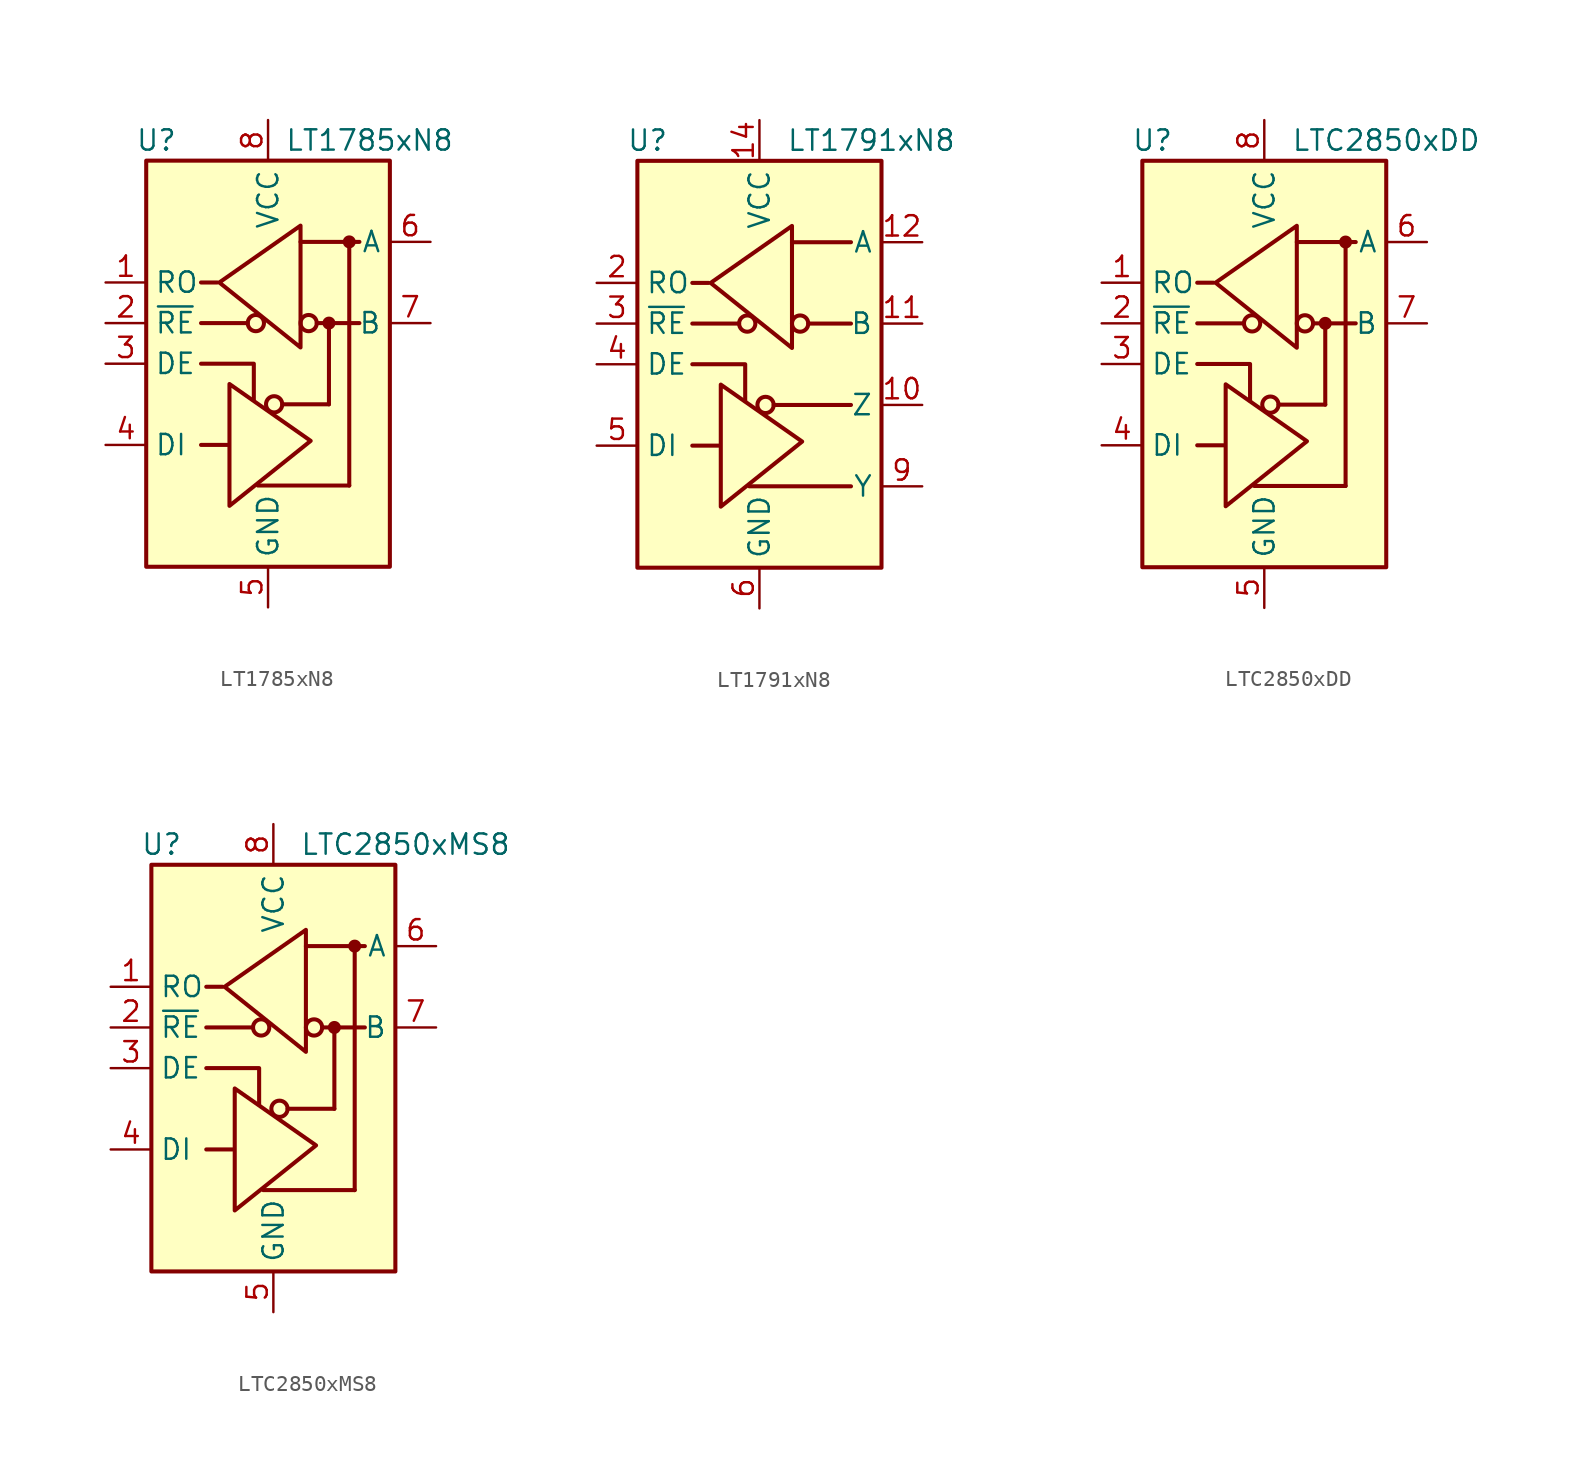
<source format=kicad_sym>
(kicad_symbol_lib
  (version 20220914)
  (generator kicad_symbol_editor)
  (symbol "LT1785xN8"
    (property "Reference" "U"
      (at -6.985 13.97 0)
      (effects (font (size 1.27 1.27))))
    (property "Value" "LT1785xN8"
      (at 6.35 13.97 0)
      (effects (font (size 1.27 1.27))))
    (symbol "LT1785xN8_0_1"
      (rectangle (start -7.62 12.7) (end 7.62 -12.7) (stroke (width 0.254) (type default)) (fill (type background))))
    (symbol "LT1785xN8_1_1"
      (circle (center -0.762 2.54) (radius 0.508) (stroke (width 0.254) (type default)) (fill (type none)))
      (polyline (pts (xy -4.191 2.54) (xy -1.27 2.54)) (stroke (width 0.254) (type default)) (fill (type none)))
      (polyline (pts (xy -2.54 -5.08) (xy -4.191 -5.08)) (stroke (width 0.254) (type default)) (fill (type none)))
      (polyline (pts (xy -0.635 -7.62) (xy 5.08 -7.62)) (stroke (width 0.254) (type default)) (fill (type none)))
      (polyline (pts (xy 0.889 -2.54) (xy 3.81 -2.54)) (stroke (width 0.254) (type default)) (fill (type none)))
      (polyline (pts (xy 2.032 7.62) (xy 5.715 7.62)) (stroke (width 0.254) (type default)) (fill (type none)))
      (polyline (pts (xy 3.048 2.54) (xy 5.715 2.54)) (stroke (width 0.254) (type default)) (fill (type none)))
      (polyline (pts (xy 3.81 -2.54) (xy 3.81 2.54)) (stroke (width 0.254) (type default)) (fill (type none)))
      (polyline (pts (xy 5.08 -7.62) (xy 5.08 7.62)) (stroke (width 0.254) (type default)) (fill (type none)))
      (polyline (pts (xy -4.191 0) (xy -0.889 0) (xy -0.889 -2.286)) (stroke (width 0.254) (type default)) (fill (type none)))
      (polyline (pts (xy -3.175 5.08) (xy -4.191 5.08) (xy -4.064 5.08)) (stroke (width 0.254) (type default)) (fill (type none)))
      (polyline (pts (xy -2.413 -5.08) (xy -2.413 -1.27) (xy 2.667 -4.826) (xy -2.413 -8.89) (xy -2.413 -5.08)) (stroke (width 0.254) (type default)) (fill (type none)))
      (polyline (pts (xy 2.032 4.826) (xy 2.032 8.636) (xy -3.048 5.08) (xy 2.032 1.016) (xy 2.032 4.826)) (stroke (width 0.254) (type default)) (fill (type none)))
      (circle (center 0.381 -2.54) (radius 0.508) (stroke (width 0.254) (type default)) (fill (type none)))
      (circle (center 2.54 2.54) (radius 0.508) (stroke (width 0.254) (type default)) (fill (type none)))
      (circle (center 3.81 2.54) (radius 0.279) (stroke (width 0.254) (type default)) (fill (type outline)))
      (circle (center 5.08 7.62) (radius 0.279) (stroke (width 0.254) (type default)) (fill (type outline)))
      (pin output line (at -10.16 5.08 0) (length 2.54) (name "RO" (effects (font (size 1.27 1.27)))) (number "1" (effects (font (size 1.27 1.27)))))
      (pin input line (at -10.16 2.54 0) (length 2.54) (name "~{RE}" (effects (font (size 1.27 1.27)))) (number "2" (effects (font (size 1.27 1.27)))))
      (pin input line (at -10.16 0 0) (length 2.54) (name "DE" (effects (font (size 1.27 1.27)))) (number "3" (effects (font (size 1.27 1.27)))))
      (pin input line (at -10.16 -5.08 0) (length 2.54) (name "DI" (effects (font (size 1.27 1.27)))) (number "4" (effects (font (size 1.27 1.27)))))
      (pin power_in line (at 0 -15.24 90) (length 2.54) (name "GND" (effects (font (size 1.27 1.27)))) (number "5" (effects (font (size 1.27 1.27)))))
      (pin bidirectional line (at 10.16 7.62 180) (length 2.54) (name "A" (effects (font (size 1.27 1.27)))) (number "6" (effects (font (size 1.27 1.27)))))
      (pin bidirectional line (at 10.16 2.54 180) (length 2.54) (name "B" (effects (font (size 1.27 1.27)))) (number "7" (effects (font (size 1.27 1.27)))))
      (pin power_in line (at 0 15.24 270) (length 2.54) (name "VCC" (effects (font (size 1.27 1.27)))) (number "8" (effects (font (size 1.27 1.27)))))))
  (symbol "LT1791xN8"
    (property "Reference" "U"
      (at -6.985 13.97 0)
      (effects (font (size 1.27 1.27))))
    (property "Value" "LT1791xN8"
      (at 6.985 13.97 0)
      (effects (font (size 1.27 1.27))))
    (symbol "LT1791xN8_0_1"
      (rectangle (start -7.62 12.7) (end 7.62 -12.7) (stroke (width 0.254) (type default)) (fill (type background))))
    (symbol "LT1791xN8_1_1"
      (circle (center -0.762 2.54) (radius 0.508) (stroke (width 0.254) (type default)) (fill (type none)))
      (polyline (pts (xy -4.191 2.54) (xy -1.27 2.54)) (stroke (width 0.254) (type default)) (fill (type none)))
      (polyline (pts (xy -2.54 -5.08) (xy -4.191 -5.08)) (stroke (width 0.254) (type default)) (fill (type none)))
      (polyline (pts (xy -0.635 -7.62) (xy 5.715 -7.62)) (stroke (width 0.254) (type default)) (fill (type none)))
      (polyline (pts (xy 0.889 -2.54) (xy 5.715 -2.54)) (stroke (width 0.254) (type default)) (fill (type none)))
      (polyline (pts (xy 2.032 7.62) (xy 5.715 7.62)) (stroke (width 0.254) (type default)) (fill (type none)))
      (polyline (pts (xy 3.048 2.54) (xy 5.715 2.54)) (stroke (width 0.254) (type default)) (fill (type none)))
      (polyline (pts (xy -4.191 0) (xy -0.889 0) (xy -0.889 -2.286)) (stroke (width 0.254) (type default)) (fill (type none)))
      (polyline (pts (xy -3.175 5.08) (xy -4.191 5.08) (xy -4.064 5.08)) (stroke (width 0.254) (type default)) (fill (type none)))
      (polyline (pts (xy -2.413 -5.08) (xy -2.413 -1.27) (xy 2.667 -4.826) (xy -2.413 -8.89) (xy -2.413 -5.08)) (stroke (width 0.254) (type default)) (fill (type none)))
      (polyline (pts (xy 2.032 4.826) (xy 2.032 8.636) (xy -3.048 5.08) (xy 2.032 1.016) (xy 2.032 4.826)) (stroke (width 0.254) (type default)) (fill (type none)))
      (circle (center 0.381 -2.54) (radius 0.508) (stroke (width 0.254) (type default)) (fill (type none)))
      (circle (center 2.54 2.54) (radius 0.508) (stroke (width 0.254) (type default)) (fill (type none)))
      (pin no_connect line (at -7.62 -10.16 0) (length 2.54) hide (name "NC" (effects (font (size 1.27 1.27)))) (number "1" (effects (font (size 1.27 1.27)))))
      (pin output line (at 10.16 -2.54 180) (length 2.54) (name "Z" (effects (font (size 1.27 1.27)))) (number "10" (effects (font (size 1.27 1.27)))))
      (pin input line (at 10.16 2.54 180) (length 2.54) (name "B" (effects (font (size 1.27 1.27)))) (number "11" (effects (font (size 1.27 1.27)))))
      (pin input line (at 10.16 7.62 180) (length 2.54) (name "A" (effects (font (size 1.27 1.27)))) (number "12" (effects (font (size 1.27 1.27)))))
      (pin no_connect line (at -7.62 7.62 0) (length 2.54) hide (name "NC" (effects (font (size 1.27 1.27)))) (number "13" (effects (font (size 1.27 1.27)))))
      (pin power_in line (at 0 15.24 270) (length 2.54) (name "VCC" (effects (font (size 1.27 1.27)))) (number "14" (effects (font (size 1.27 1.27)))))
      (pin output line (at -10.16 5.08 0) (length 2.54) (name "RO" (effects (font (size 1.27 1.27)))) (number "2" (effects (font (size 1.27 1.27)))))
      (pin input line (at -10.16 2.54 0) (length 2.54) (name "~{RE}" (effects (font (size 1.27 1.27)))) (number "3" (effects (font (size 1.27 1.27)))))
      (pin input line (at -10.16 0 0) (length 2.54) (name "DE" (effects (font (size 1.27 1.27)))) (number "4" (effects (font (size 1.27 1.27)))))
      (pin input line (at -10.16 -5.08 0) (length 2.54) (name "DI" (effects (font (size 1.27 1.27)))) (number "5" (effects (font (size 1.27 1.27)))))
      (pin power_in line (at 0 -15.24 90) (length 2.54) (name "GND" (effects (font (size 1.27 1.27)))) (number "6" (effects (font (size 1.27 1.27)))))
      (pin passive line (at 0 -15.24 90) (length 2.54) hide (name "GND" (effects (font (size 1.27 1.27)))) (number "7" (effects (font (size 1.27 1.27)))))
      (pin no_connect line (at -7.62 -7.62 0) (length 2.54) hide (name "NC" (effects (font (size 1.27 1.27)))) (number "8" (effects (font (size 1.27 1.27)))))
      (pin output line (at 10.16 -7.62 180) (length 2.54) (name "Y" (effects (font (size 1.27 1.27)))) (number "9" (effects (font (size 1.27 1.27)))))))
  (symbol "LTC2850xDD"
    (property "Reference" "U"
      (at -6.985 13.97 0)
      (effects (font (size 1.27 1.27))))
    (property "Value" "LTC2850xDD"
      (at 7.62 13.97 0)
      (effects (font (size 1.27 1.27))))
    (symbol "LTC2850xDD_0_1"
      (rectangle (start -7.62 12.7) (end 7.62 -12.7) (stroke (width 0.254) (type default)) (fill (type background))))
    (symbol "LTC2850xDD_1_1"
      (circle (center -0.762 2.54) (radius 0.508) (stroke (width 0.254) (type default)) (fill (type none)))
      (polyline (pts (xy -4.191 2.54) (xy -1.27 2.54)) (stroke (width 0.254) (type default)) (fill (type none)))
      (polyline (pts (xy -2.54 -5.08) (xy -4.191 -5.08)) (stroke (width 0.254) (type default)) (fill (type none)))
      (polyline (pts (xy -0.635 -7.62) (xy 5.08 -7.62)) (stroke (width 0.254) (type default)) (fill (type none)))
      (polyline (pts (xy 0.889 -2.54) (xy 3.81 -2.54)) (stroke (width 0.254) (type default)) (fill (type none)))
      (polyline (pts (xy 2.032 7.62) (xy 5.715 7.62)) (stroke (width 0.254) (type default)) (fill (type none)))
      (polyline (pts (xy 3.048 2.54) (xy 5.715 2.54)) (stroke (width 0.254) (type default)) (fill (type none)))
      (polyline (pts (xy 3.81 -2.54) (xy 3.81 2.54)) (stroke (width 0.254) (type default)) (fill (type none)))
      (polyline (pts (xy 5.08 -7.62) (xy 5.08 7.62)) (stroke (width 0.254) (type default)) (fill (type none)))
      (polyline (pts (xy -4.191 0) (xy -0.889 0) (xy -0.889 -2.286)) (stroke (width 0.254) (type default)) (fill (type none)))
      (polyline (pts (xy -3.175 5.08) (xy -4.191 5.08) (xy -4.064 5.08)) (stroke (width 0.254) (type default)) (fill (type none)))
      (polyline (pts (xy -2.413 -5.08) (xy -2.413 -1.27) (xy 2.667 -4.826) (xy -2.413 -8.89) (xy -2.413 -5.08)) (stroke (width 0.254) (type default)) (fill (type none)))
      (polyline (pts (xy 2.032 4.826) (xy 2.032 8.636) (xy -3.048 5.08) (xy 2.032 1.016) (xy 2.032 4.826)) (stroke (width 0.254) (type default)) (fill (type none)))
      (circle (center 0.381 -2.54) (radius 0.508) (stroke (width 0.254) (type default)) (fill (type none)))
      (circle (center 2.54 2.54) (radius 0.508) (stroke (width 0.254) (type default)) (fill (type none)))
      (circle (center 3.81 2.54) (radius 0.279) (stroke (width 0.254) (type default)) (fill (type outline)))
      (circle (center 5.08 7.62) (radius 0.279) (stroke (width 0.254) (type default)) (fill (type outline)))
      (pin output line (at -10.16 5.08 0) (length 2.54) (name "RO" (effects (font (size 1.27 1.27)))) (number "1" (effects (font (size 1.27 1.27)))))
      (pin input line (at -10.16 2.54 0) (length 2.54) (name "~{RE}" (effects (font (size 1.27 1.27)))) (number "2" (effects (font (size 1.27 1.27)))))
      (pin input line (at -10.16 0 0) (length 2.54) (name "DE" (effects (font (size 1.27 1.27)))) (number "3" (effects (font (size 1.27 1.27)))))
      (pin input line (at -10.16 -5.08 0) (length 2.54) (name "DI" (effects (font (size 1.27 1.27)))) (number "4" (effects (font (size 1.27 1.27)))))
      (pin power_in line (at 0 -15.24 90) (length 2.54) (name "GND" (effects (font (size 1.27 1.27)))) (number "5" (effects (font (size 1.27 1.27)))))
      (pin bidirectional line (at 10.16 7.62 180) (length 2.54) (name "A" (effects (font (size 1.27 1.27)))) (number "6" (effects (font (size 1.27 1.27)))))
      (pin bidirectional line (at 10.16 2.54 180) (length 2.54) (name "B" (effects (font (size 1.27 1.27)))) (number "7" (effects (font (size 1.27 1.27)))))
      (pin power_in line (at 0 15.24 270) (length 2.54) (name "VCC" (effects (font (size 1.27 1.27)))) (number "8" (effects (font (size 1.27 1.27)))))
      (pin passive line (at 0 -15.24 90) (length 2.54) hide (name "GND" (effects (font (size 1.27 1.27)))) (number "9" (effects (font (size 1.27 1.27)))))))
  (symbol "LTC2850xMS8"
    (property "Reference" "U"
      (at -6.985 13.97 0)
      (effects (font (size 1.27 1.27))))
    (property "Value" "LTC2850xMS8"
      (at 8.255 13.97 0)
      (effects (font (size 1.27 1.27))))
    (symbol "LTC2850xMS8_0_1"
      (rectangle (start -7.62 12.7) (end 7.62 -12.7) (stroke (width 0.254) (type default)) (fill (type background))))
    (symbol "LTC2850xMS8_1_1"
      (circle (center -0.762 2.54) (radius 0.508) (stroke (width 0.254) (type default)) (fill (type none)))
      (polyline (pts (xy -4.191 2.54) (xy -1.27 2.54)) (stroke (width 0.254) (type default)) (fill (type none)))
      (polyline (pts (xy -2.54 -5.08) (xy -4.191 -5.08)) (stroke (width 0.254) (type default)) (fill (type none)))
      (polyline (pts (xy -0.635 -7.62) (xy 5.08 -7.62)) (stroke (width 0.254) (type default)) (fill (type none)))
      (polyline (pts (xy 0.889 -2.54) (xy 3.81 -2.54)) (stroke (width 0.254) (type default)) (fill (type none)))
      (polyline (pts (xy 2.032 7.62) (xy 5.715 7.62)) (stroke (width 0.254) (type default)) (fill (type none)))
      (polyline (pts (xy 3.048 2.54) (xy 5.715 2.54)) (stroke (width 0.254) (type default)) (fill (type none)))
      (polyline (pts (xy 3.81 -2.54) (xy 3.81 2.54)) (stroke (width 0.254) (type default)) (fill (type none)))
      (polyline (pts (xy 5.08 -7.62) (xy 5.08 7.62)) (stroke (width 0.254) (type default)) (fill (type none)))
      (polyline (pts (xy -4.191 0) (xy -0.889 0) (xy -0.889 -2.286)) (stroke (width 0.254) (type default)) (fill (type none)))
      (polyline (pts (xy -3.175 5.08) (xy -4.191 5.08) (xy -4.064 5.08)) (stroke (width 0.254) (type default)) (fill (type none)))
      (polyline (pts (xy -2.413 -5.08) (xy -2.413 -1.27) (xy 2.667 -4.826) (xy -2.413 -8.89) (xy -2.413 -5.08)) (stroke (width 0.254) (type default)) (fill (type none)))
      (polyline (pts (xy 2.032 4.826) (xy 2.032 8.636) (xy -3.048 5.08) (xy 2.032 1.016) (xy 2.032 4.826)) (stroke (width 0.254) (type default)) (fill (type none)))
      (circle (center 0.381 -2.54) (radius 0.508) (stroke (width 0.254) (type default)) (fill (type none)))
      (circle (center 2.54 2.54) (radius 0.508) (stroke (width 0.254) (type default)) (fill (type none)))
      (circle (center 3.81 2.54) (radius 0.279) (stroke (width 0.254) (type default)) (fill (type outline)))
      (circle (center 5.08 7.62) (radius 0.279) (stroke (width 0.254) (type default)) (fill (type outline)))
      (pin output line (at -10.16 5.08 0) (length 2.54) (name "RO" (effects (font (size 1.27 1.27)))) (number "1" (effects (font (size 1.27 1.27)))))
      (pin input line (at -10.16 2.54 0) (length 2.54) (name "~{RE}" (effects (font (size 1.27 1.27)))) (number "2" (effects (font (size 1.27 1.27)))))
      (pin input line (at -10.16 0 0) (length 2.54) (name "DE" (effects (font (size 1.27 1.27)))) (number "3" (effects (font (size 1.27 1.27)))))
      (pin input line (at -10.16 -5.08 0) (length 2.54) (name "DI" (effects (font (size 1.27 1.27)))) (number "4" (effects (font (size 1.27 1.27)))))
      (pin power_in line (at 0 -15.24 90) (length 2.54) (name "GND" (effects (font (size 1.27 1.27)))) (number "5" (effects (font (size 1.27 1.27)))))
      (pin bidirectional line (at 10.16 7.62 180) (length 2.54) (name "A" (effects (font (size 1.27 1.27)))) (number "6" (effects (font (size 1.27 1.27)))))
      (pin bidirectional line (at 10.16 2.54 180) (length 2.54) (name "B" (effects (font (size 1.27 1.27)))) (number "7" (effects (font (size 1.27 1.27)))))
      (pin power_in line (at 0 15.24 270) (length 2.54) (name "VCC" (effects (font (size 1.27 1.27)))) (number "8" (effects (font (size 1.27 1.27))))))))
</source>
